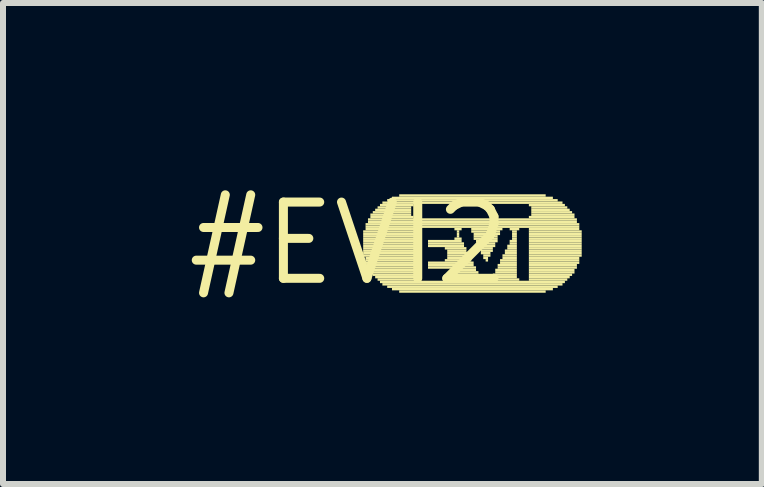
<source format=kicad_pcb>
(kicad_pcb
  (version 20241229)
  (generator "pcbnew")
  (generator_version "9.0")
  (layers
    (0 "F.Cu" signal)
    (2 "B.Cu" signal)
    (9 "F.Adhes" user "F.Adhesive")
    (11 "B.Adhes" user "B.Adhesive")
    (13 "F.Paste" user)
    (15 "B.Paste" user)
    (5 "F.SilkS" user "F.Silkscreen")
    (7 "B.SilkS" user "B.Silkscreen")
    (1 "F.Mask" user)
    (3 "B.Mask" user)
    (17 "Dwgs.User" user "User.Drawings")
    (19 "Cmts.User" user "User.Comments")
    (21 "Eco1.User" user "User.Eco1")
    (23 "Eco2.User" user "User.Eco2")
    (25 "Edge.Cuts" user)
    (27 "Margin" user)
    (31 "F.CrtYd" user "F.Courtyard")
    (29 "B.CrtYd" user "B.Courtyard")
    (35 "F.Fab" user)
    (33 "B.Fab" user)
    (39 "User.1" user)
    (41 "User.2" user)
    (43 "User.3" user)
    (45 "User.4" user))
  (footprint "#EVI2"
    (layer "F.Cu")
    (at 2.759 1.006)
    (property "Reference" "#EVI2" (at 0 0 0) (layer "F.SilkS") (effects (font (size 1.27 1.27) (thickness 0.15))))
    (fp_poly (pts (xy 0.24 -0.18) (xy 1.12 -0.18) (xy 1.12 -0.22) (xy 0.24 -0.22)) (stroke (width 0) (type default)) (fill yes) (layer "F.SilkS"))
    (fp_poly (pts (xy 0.24 -0.14) (xy 1.12 -0.14) (xy 1.12 -0.18) (xy 0.24 -0.18)) (stroke (width 0) (type default)) (fill yes) (layer "F.SilkS"))
    (fp_poly (pts (xy 0.24 -0.1) (xy 1.12 -0.1) (xy 1.12 -0.14) (xy 0.24 -0.14)) (stroke (width 0) (type default)) (fill yes) (layer "F.SilkS"))
    (fp_poly (pts (xy 0.24 -0.06) (xy 1.12 -0.06) (xy 1.12 -0.1) (xy 0.24 -0.1)) (stroke (width 0) (type default)) (fill yes) (layer "F.SilkS"))
    (fp_poly (pts (xy 0.24 -0.02) (xy 1.12 -0.02) (xy 1.12 -0.06) (xy 0.24 -0.06)) (stroke (width 0) (type default)) (fill yes) (layer "F.SilkS"))
    (fp_poly (pts (xy 0.24 0.02) (xy 1.12 0.02) (xy 1.12 -0.02) (xy 0.24 -0.02)) (stroke (width 0) (type default)) (fill yes) (layer "F.SilkS"))
    (fp_poly (pts (xy 0.24 0.06) (xy 1.12 0.06) (xy 1.12 0.02) (xy 0.24 0.02)) (stroke (width 0) (type default)) (fill yes) (layer "F.SilkS"))
    (fp_poly (pts (xy 0.24 0.1) (xy 1.12 0.1) (xy 1.12 0.06) (xy 0.24 0.06)) (stroke (width 0) (type default)) (fill yes) (layer "F.SilkS"))
    (fp_poly (pts (xy 0.24 0.14) (xy 1.12 0.14) (xy 1.12 0.1) (xy 0.24 0.1)) (stroke (width 0) (type default)) (fill yes) (layer "F.SilkS"))
    (fp_poly (pts (xy 0.24 0.18) (xy 1.12 0.18) (xy 1.12 0.14) (xy 0.24 0.14)) (stroke (width 0) (type default)) (fill yes) (layer "F.SilkS"))
    (fp_poly (pts (xy 0.24 0.22) (xy 1.12 0.22) (xy 1.12 0.18) (xy 0.24 0.18)) (stroke (width 0) (type default)) (fill yes) (layer "F.SilkS"))
    (fp_poly (pts (xy 0.28 -0.3) (xy 3.84 -0.3) (xy 3.84 -0.34) (xy 0.28 -0.34)) (stroke (width 0) (type default)) (fill yes) (layer "F.SilkS"))
    (fp_poly (pts (xy 0.28 -0.26) (xy 3.84 -0.26) (xy 3.84 -0.3) (xy 0.28 -0.3)) (stroke (width 0) (type default)) (fill yes) (layer "F.SilkS"))
    (fp_poly (pts (xy 0.28 -0.22) (xy 1.12 -0.22) (xy 1.12 -0.26) (xy 0.28 -0.26)) (stroke (width 0) (type default)) (fill yes) (layer "F.SilkS"))
    (fp_poly (pts (xy 0.28 0.26) (xy 1.12 0.26) (xy 1.12 0.22) (xy 0.28 0.22)) (stroke (width 0) (type default)) (fill yes) (layer "F.SilkS"))
    (fp_poly (pts (xy 0.28 0.3) (xy 1.12 0.3) (xy 1.12 0.26) (xy 0.28 0.26)) (stroke (width 0) (type default)) (fill yes) (layer "F.SilkS"))
    (fp_poly (pts (xy 0.28 0.34) (xy 1.12 0.34) (xy 1.12 0.3) (xy 0.28 0.3)) (stroke (width 0) (type default)) (fill yes) (layer "F.SilkS"))
    (fp_poly (pts (xy 0.32 -0.38) (xy 3.8 -0.38) (xy 3.8 -0.42) (xy 0.32 -0.42)) (stroke (width 0) (type default)) (fill yes) (layer "F.SilkS"))
    (fp_poly (pts (xy 0.32 -0.34) (xy 3.8 -0.34) (xy 3.8 -0.38) (xy 0.32 -0.38)) (stroke (width 0) (type default)) (fill yes) (layer "F.SilkS"))
    (fp_poly (pts (xy 0.32 0.38) (xy 1.12 0.38) (xy 1.12 0.34) (xy 0.32 0.34)) (stroke (width 0) (type default)) (fill yes) (layer "F.SilkS"))
    (fp_poly (pts (xy 0.32 0.42) (xy 1.12 0.42) (xy 1.12 0.38) (xy 0.32 0.38)) (stroke (width 0) (type default)) (fill yes) (layer "F.SilkS"))
    (fp_poly (pts (xy 0.36 -0.46) (xy 1.04 -0.46) (xy 1.04 -0.5) (xy 0.36 -0.5)) (stroke (width 0) (type default)) (fill yes) (layer "F.SilkS"))
    (fp_poly (pts (xy 0.36 -0.42) (xy 1.08 -0.42) (xy 1.08 -0.46) (xy 0.36 -0.46)) (stroke (width 0) (type default)) (fill yes) (layer "F.SilkS"))
    (fp_poly (pts (xy 0.36 0.46) (xy 1.12 0.46) (xy 1.12 0.42) (xy 0.36 0.42)) (stroke (width 0) (type default)) (fill yes) (layer "F.SilkS"))
    (fp_poly (pts (xy 0.36 0.5) (xy 1.12 0.5) (xy 1.12 0.46) (xy 0.36 0.46)) (stroke (width 0) (type default)) (fill yes) (layer "F.SilkS"))
    (fp_poly (pts (xy 0.4 -0.5) (xy 1.04 -0.5) (xy 1.04 -0.54) (xy 0.4 -0.54)) (stroke (width 0) (type default)) (fill yes) (layer "F.SilkS"))
    (fp_poly (pts (xy 0.4 0.54) (xy 1.12 0.54) (xy 1.12 0.5) (xy 0.4 0.5)) (stroke (width 0) (type default)) (fill yes) (layer "F.SilkS"))
    (fp_poly (pts (xy 0.44 -0.54) (xy 1.04 -0.54) (xy 1.04 -0.58) (xy 0.44 -0.58)) (stroke (width 0) (type default)) (fill yes) (layer "F.SilkS"))
    (fp_poly (pts (xy 0.44 0.58) (xy 1.12 0.58) (xy 1.12 0.54) (xy 0.44 0.54)) (stroke (width 0) (type default)) (fill yes) (layer "F.SilkS"))
    (fp_poly (pts (xy 0.48 -0.58) (xy 1.04 -0.58) (xy 1.04 -0.62) (xy 0.48 -0.62)) (stroke (width 0) (type default)) (fill yes) (layer "F.SilkS"))
    (fp_poly (pts (xy 0.48 0.62) (xy 1.12 0.62) (xy 1.12 0.58) (xy 0.48 0.58)) (stroke (width 0) (type default)) (fill yes) (layer "F.SilkS"))
    (fp_poly (pts (xy 0.52 -0.62) (xy 1.08 -0.62) (xy 1.08 -0.66) (xy 0.52 -0.66)) (stroke (width 0) (type default)) (fill yes) (layer "F.SilkS"))
    (fp_poly (pts (xy 0.52 0.66) (xy 3.6 0.66) (xy 3.6 0.62) (xy 0.52 0.62)) (stroke (width 0) (type default)) (fill yes) (layer "F.SilkS"))
    (fp_poly (pts (xy 0.56 -0.66) (xy 3.56 -0.66) (xy 3.56 -0.7) (xy 0.56 -0.7)) (stroke (width 0) (type default)) (fill yes) (layer "F.SilkS"))
    (fp_poly (pts (xy 0.56 0.7) (xy 3.56 0.7) (xy 3.56 0.66) (xy 0.56 0.66)) (stroke (width 0) (type default)) (fill yes) (layer "F.SilkS"))
    (fp_poly (pts (xy 0.64 -0.7) (xy 3.48 -0.7) (xy 3.48 -0.74) (xy 0.64 -0.74)) (stroke (width 0) (type default)) (fill yes) (layer "F.SilkS"))
    (fp_poly (pts (xy 0.64 0.74) (xy 3.48 0.74) (xy 3.48 0.7) (xy 0.64 0.7)) (stroke (width 0) (type default)) (fill yes) (layer "F.SilkS"))
    (fp_poly (pts (xy 0.72 -0.74) (xy 3.4 -0.74) (xy 3.4 -0.78) (xy 0.72 -0.78)) (stroke (width 0) (type default)) (fill yes) (layer "F.SilkS"))
    (fp_poly (pts (xy 0.72 0.78) (xy 3.4 0.78) (xy 3.4 0.74) (xy 0.72 0.74)) (stroke (width 0) (type default)) (fill yes) (layer "F.SilkS"))
    (fp_poly (pts (xy 0.84 -0.78) (xy 3.28 -0.78) (xy 3.28 -0.82) (xy 0.84 -0.82)) (stroke (width 0) (type default)) (fill yes) (layer "F.SilkS"))
    (fp_poly (pts (xy 0.84 0.82) (xy 3.28 0.82) (xy 3.28 0.78) (xy 0.84 0.78)) (stroke (width 0) (type default)) (fill yes) (layer "F.SilkS"))
    (fp_poly (pts (xy 1.32 -0.02) (xy 1.88 -0.02) (xy 1.88 -0.06) (xy 1.32 -0.06)) (stroke (width 0) (type default)) (fill yes) (layer "F.SilkS"))
    (fp_poly (pts (xy 1.32 0.02) (xy 1.92 0.02) (xy 1.92 -0.02) (xy 1.32 -0.02)) (stroke (width 0) (type default)) (fill yes) (layer "F.SilkS"))
    (fp_poly (pts (xy 1.32 0.06) (xy 1.92 0.06) (xy 1.92 0.02) (xy 1.32 0.02)) (stroke (width 0) (type default)) (fill yes) (layer "F.SilkS"))
    (fp_poly (pts (xy 1.32 0.34) (xy 2.08 0.34) (xy 2.08 0.3) (xy 1.32 0.3)) (stroke (width 0) (type default)) (fill yes) (layer "F.SilkS"))
    (fp_poly (pts (xy 1.32 0.38) (xy 2.08 0.38) (xy 2.08 0.34) (xy 1.32 0.34)) (stroke (width 0) (type default)) (fill yes) (layer "F.SilkS"))
    (fp_poly (pts (xy 1.32 0.42) (xy 2.12 0.42) (xy 2.12 0.38) (xy 1.32 0.38)) (stroke (width 0) (type default)) (fill yes) (layer "F.SilkS"))
    (fp_poly (pts (xy 1.6 0.1) (xy 1.96 0.1) (xy 1.96 0.06) (xy 1.6 0.06)) (stroke (width 0) (type default)) (fill yes) (layer "F.SilkS"))
    (fp_poly (pts (xy 1.6 0.3) (xy 2.04 0.3) (xy 2.04 0.26) (xy 1.6 0.26)) (stroke (width 0) (type default)) (fill yes) (layer "F.SilkS"))
    (fp_poly (pts (xy 1.64 0.14) (xy 1.96 0.14) (xy 1.96 0.1) (xy 1.64 0.1)) (stroke (width 0) (type default)) (fill yes) (layer "F.SilkS"))
    (fp_poly (pts (xy 1.64 0.18) (xy 2 0.18) (xy 2 0.14) (xy 1.64 0.14)) (stroke (width 0) (type default)) (fill yes) (layer "F.SilkS"))
    (fp_poly (pts (xy 1.64 0.22) (xy 2 0.22) (xy 2 0.18) (xy 1.64 0.18)) (stroke (width 0) (type default)) (fill yes) (layer "F.SilkS"))
    (fp_poly (pts (xy 1.64 0.26) (xy 2.04 0.26) (xy 2.04 0.22) (xy 1.64 0.22)) (stroke (width 0) (type default)) (fill yes) (layer "F.SilkS"))
    (fp_poly (pts (xy 1.76 -0.22) (xy 1.88 -0.22) (xy 1.88 -0.26) (xy 1.76 -0.26)) (stroke (width 0) (type default)) (fill yes) (layer "F.SilkS"))
    (fp_poly (pts (xy 1.76 -0.06) (xy 1.88 -0.06) (xy 1.88 -0.1) (xy 1.76 -0.1)) (stroke (width 0) (type default)) (fill yes) (layer "F.SilkS"))
    (fp_poly (pts (xy 1.76 0.46) (xy 2.12 0.46) (xy 2.12 0.42) (xy 1.76 0.42)) (stroke (width 0) (type default)) (fill yes) (layer "F.SilkS"))
    (fp_poly (pts (xy 1.76 0.62) (xy 2.24 0.62) (xy 2.24 0.58) (xy 1.76 0.58)) (stroke (width 0) (type default)) (fill yes) (layer "F.SilkS"))
    (fp_poly (pts (xy 1.8 -0.18) (xy 1.84 -0.18) (xy 1.84 -0.22) (xy 1.8 -0.22)) (stroke (width 0) (type default)) (fill yes) (layer "F.SilkS"))
    (fp_poly (pts (xy 1.8 -0.14) (xy 1.84 -0.14) (xy 1.84 -0.18) (xy 1.8 -0.18)) (stroke (width 0) (type default)) (fill yes) (layer "F.SilkS"))
    (fp_poly (pts (xy 1.8 -0.1) (xy 1.84 -0.1) (xy 1.84 -0.14) (xy 1.8 -0.14)) (stroke (width 0) (type default)) (fill yes) (layer "F.SilkS"))
    (fp_poly (pts (xy 1.8 0.5) (xy 2.16 0.5) (xy 2.16 0.46) (xy 1.8 0.46)) (stroke (width 0) (type default)) (fill yes) (layer "F.SilkS"))
    (fp_poly (pts (xy 1.8 0.54) (xy 2.16 0.54) (xy 2.16 0.5) (xy 1.8 0.5)) (stroke (width 0) (type default)) (fill yes) (layer "F.SilkS"))
    (fp_poly (pts (xy 1.8 0.58) (xy 2.2 0.58) (xy 2.2 0.54) (xy 1.8 0.54)) (stroke (width 0) (type default)) (fill yes) (layer "F.SilkS"))
    (fp_poly (pts (xy 2.04 -0.22) (xy 2.56 -0.22) (xy 2.56 -0.26) (xy 2.04 -0.26)) (stroke (width 0) (type default)) (fill yes) (layer "F.SilkS"))
    (fp_poly (pts (xy 2.04 -0.18) (xy 2.52 -0.18) (xy 2.52 -0.22) (xy 2.04 -0.22)) (stroke (width 0) (type default)) (fill yes) (layer "F.SilkS"))
    (fp_poly (pts (xy 2.08 -0.14) (xy 2.52 -0.14) (xy 2.52 -0.18) (xy 2.08 -0.18)) (stroke (width 0) (type default)) (fill yes) (layer "F.SilkS"))
    (fp_poly (pts (xy 2.08 -0.1) (xy 2.48 -0.1) (xy 2.48 -0.14) (xy 2.08 -0.14)) (stroke (width 0) (type default)) (fill yes) (layer "F.SilkS"))
    (fp_poly (pts (xy 2.08 -0.06) (xy 2.48 -0.06) (xy 2.48 -0.1) (xy 2.08 -0.1)) (stroke (width 0) (type default)) (fill yes) (layer "F.SilkS"))
    (fp_poly (pts (xy 2.12 -0.02) (xy 2.48 -0.02) (xy 2.48 -0.06) (xy 2.12 -0.06)) (stroke (width 0) (type default)) (fill yes) (layer "F.SilkS"))
    (fp_poly (pts (xy 2.12 0.02) (xy 2.44 0.02) (xy 2.44 -0.02) (xy 2.12 -0.02)) (stroke (width 0) (type default)) (fill yes) (layer "F.SilkS"))
    (fp_poly (pts (xy 2.16 0.06) (xy 2.44 0.06) (xy 2.44 0.02) (xy 2.16 0.02)) (stroke (width 0) (type default)) (fill yes) (layer "F.SilkS"))
    (fp_poly (pts (xy 2.16 0.1) (xy 2.4 0.1) (xy 2.4 0.06) (xy 2.16 0.06)) (stroke (width 0) (type default)) (fill yes) (layer "F.SilkS"))
    (fp_poly (pts (xy 2.2 0.14) (xy 2.4 0.14) (xy 2.4 0.1) (xy 2.2 0.1)) (stroke (width 0) (type default)) (fill yes) (layer "F.SilkS"))
    (fp_poly (pts (xy 2.2 0.18) (xy 2.36 0.18) (xy 2.36 0.14) (xy 2.2 0.14)) (stroke (width 0) (type default)) (fill yes) (layer "F.SilkS"))
    (fp_poly (pts (xy 2.24 0.22) (xy 2.36 0.22) (xy 2.36 0.18) (xy 2.24 0.18)) (stroke (width 0) (type default)) (fill yes) (layer "F.SilkS"))
    (fp_poly (pts (xy 2.24 0.26) (xy 2.32 0.26) (xy 2.32 0.22) (xy 2.24 0.22)) (stroke (width 0) (type default)) (fill yes) (layer "F.SilkS"))
    (fp_poly (pts (xy 2.28 0.3) (xy 2.32 0.3) (xy 2.32 0.26) (xy 2.28 0.26)) (stroke (width 0) (type default)) (fill yes) (layer "F.SilkS"))
    (fp_poly (pts (xy 2.36 0.62) (xy 2.84 0.62) (xy 2.84 0.58) (xy 2.36 0.58)) (stroke (width 0) (type default)) (fill yes) (layer "F.SilkS"))
    (fp_poly (pts (xy 2.4 0.54) (xy 2.8 0.54) (xy 2.8 0.5) (xy 2.4 0.5)) (stroke (width 0) (type default)) (fill yes) (layer "F.SilkS"))
    (fp_poly (pts (xy 2.4 0.58) (xy 2.8 0.58) (xy 2.8 0.54) (xy 2.4 0.54)) (stroke (width 0) (type default)) (fill yes) (layer "F.SilkS"))
    (fp_poly (pts (xy 2.44 0.46) (xy 2.8 0.46) (xy 2.8 0.42) (xy 2.44 0.42)) (stroke (width 0) (type default)) (fill yes) (layer "F.SilkS"))
    (fp_poly (pts (xy 2.44 0.5) (xy 2.8 0.5) (xy 2.8 0.46) (xy 2.44 0.46)) (stroke (width 0) (type default)) (fill yes) (layer "F.SilkS"))
    (fp_poly (pts (xy 2.48 0.38) (xy 2.8 0.38) (xy 2.8 0.34) (xy 2.48 0.34)) (stroke (width 0) (type default)) (fill yes) (layer "F.SilkS"))
    (fp_poly (pts (xy 2.48 0.42) (xy 2.8 0.42) (xy 2.8 0.38) (xy 2.48 0.38)) (stroke (width 0) (type default)) (fill yes) (layer "F.SilkS"))
    (fp_poly (pts (xy 2.52 0.3) (xy 2.8 0.3) (xy 2.8 0.26) (xy 2.52 0.26)) (stroke (width 0) (type default)) (fill yes) (layer "F.SilkS"))
    (fp_poly (pts (xy 2.52 0.34) (xy 2.8 0.34) (xy 2.8 0.3) (xy 2.52 0.3)) (stroke (width 0) (type default)) (fill yes) (layer "F.SilkS"))
    (fp_poly (pts (xy 2.56 0.22) (xy 2.8 0.22) (xy 2.8 0.18) (xy 2.56 0.18)) (stroke (width 0) (type default)) (fill yes) (layer "F.SilkS"))
    (fp_poly (pts (xy 2.56 0.26) (xy 2.8 0.26) (xy 2.8 0.22) (xy 2.56 0.22)) (stroke (width 0) (type default)) (fill yes) (layer "F.SilkS"))
    (fp_poly (pts (xy 2.6 0.14) (xy 2.8 0.14) (xy 2.8 0.1) (xy 2.6 0.1)) (stroke (width 0) (type default)) (fill yes) (layer "F.SilkS"))
    (fp_poly (pts (xy 2.6 0.18) (xy 2.8 0.18) (xy 2.8 0.14) (xy 2.6 0.14)) (stroke (width 0) (type default)) (fill yes) (layer "F.SilkS"))
    (fp_poly (pts (xy 2.64 0.06) (xy 2.8 0.06) (xy 2.8 0.02) (xy 2.64 0.02)) (stroke (width 0) (type default)) (fill yes) (layer "F.SilkS"))
    (fp_poly (pts (xy 2.64 0.1) (xy 2.8 0.1) (xy 2.8 0.06) (xy 2.64 0.06)) (stroke (width 0) (type default)) (fill yes) (layer "F.SilkS"))
    (fp_poly (pts (xy 2.68 -0.22) (xy 2.84 -0.22) (xy 2.84 -0.26) (xy 2.68 -0.26)) (stroke (width 0) (type default)) (fill yes) (layer "F.SilkS"))
    (fp_poly (pts (xy 2.68 -0.02) (xy 2.8 -0.02) (xy 2.8 -0.06) (xy 2.68 -0.06)) (stroke (width 0) (type default)) (fill yes) (layer "F.SilkS"))
    (fp_poly (pts (xy 2.68 0.02) (xy 2.8 0.02) (xy 2.8 -0.02) (xy 2.68 -0.02)) (stroke (width 0) (type default)) (fill yes) (layer "F.SilkS"))
    (fp_poly (pts (xy 2.72 -0.18) (xy 2.8 -0.18) (xy 2.8 -0.22) (xy 2.72 -0.22)) (stroke (width 0) (type default)) (fill yes) (layer "F.SilkS"))
    (fp_poly (pts (xy 2.72 -0.14) (xy 2.8 -0.14) (xy 2.8 -0.18) (xy 2.72 -0.18)) (stroke (width 0) (type default)) (fill yes) (layer "F.SilkS"))
    (fp_poly (pts (xy 2.72 -0.1) (xy 2.8 -0.1) (xy 2.8 -0.14) (xy 2.72 -0.14)) (stroke (width 0) (type default)) (fill yes) (layer "F.SilkS"))
    (fp_poly (pts (xy 2.72 -0.06) (xy 2.8 -0.06) (xy 2.8 -0.1) (xy 2.72 -0.1)) (stroke (width 0) (type default)) (fill yes) (layer "F.SilkS"))
    (fp_poly (pts (xy 3 -0.62) (xy 3.6 -0.62) (xy 3.6 -0.66) (xy 3 -0.66)) (stroke (width 0) (type default)) (fill yes) (layer "F.SilkS"))
    (fp_poly (pts (xy 3 -0.42) (xy 3.76 -0.42) (xy 3.76 -0.46) (xy 3 -0.46)) (stroke (width 0) (type default)) (fill yes) (layer "F.SilkS"))
    (fp_poly (pts (xy 3 -0.22) (xy 3.84 -0.22) (xy 3.84 -0.26) (xy 3 -0.26)) (stroke (width 0) (type default)) (fill yes) (layer "F.SilkS"))
    (fp_poly (pts (xy 3 -0.18) (xy 3.88 -0.18) (xy 3.88 -0.22) (xy 3 -0.22)) (stroke (width 0) (type default)) (fill yes) (layer "F.SilkS"))
    (fp_poly (pts (xy 3 -0.14) (xy 3.88 -0.14) (xy 3.88 -0.18) (xy 3 -0.18)) (stroke (width 0) (type default)) (fill yes) (layer "F.SilkS"))
    (fp_poly (pts (xy 3 -0.1) (xy 3.88 -0.1) (xy 3.88 -0.14) (xy 3 -0.14)) (stroke (width 0) (type default)) (fill yes) (layer "F.SilkS"))
    (fp_poly (pts (xy 3 -0.06) (xy 3.88 -0.06) (xy 3.88 -0.1) (xy 3 -0.1)) (stroke (width 0) (type default)) (fill yes) (layer "F.SilkS"))
    (fp_poly (pts (xy 3 -0.02) (xy 3.88 -0.02) (xy 3.88 -0.06) (xy 3 -0.06)) (stroke (width 0) (type default)) (fill yes) (layer "F.SilkS"))
    (fp_poly (pts (xy 3 0.02) (xy 3.88 0.02) (xy 3.88 -0.02) (xy 3 -0.02)) (stroke (width 0) (type default)) (fill yes) (layer "F.SilkS"))
    (fp_poly (pts (xy 3 0.06) (xy 3.88 0.06) (xy 3.88 0.02) (xy 3 0.02)) (stroke (width 0) (type default)) (fill yes) (layer "F.SilkS"))
    (fp_poly (pts (xy 3 0.1) (xy 3.88 0.1) (xy 3.88 0.06) (xy 3 0.06)) (stroke (width 0) (type default)) (fill yes) (layer "F.SilkS"))
    (fp_poly (pts (xy 3 0.14) (xy 3.88 0.14) (xy 3.88 0.1) (xy 3 0.1)) (stroke (width 0) (type default)) (fill yes) (layer "F.SilkS"))
    (fp_poly (pts (xy 3 0.18) (xy 3.88 0.18) (xy 3.88 0.14) (xy 3 0.14)) (stroke (width 0) (type default)) (fill yes) (layer "F.SilkS"))
    (fp_poly (pts (xy 3 0.22) (xy 3.88 0.22) (xy 3.88 0.18) (xy 3 0.18)) (stroke (width 0) (type default)) (fill yes) (layer "F.SilkS"))
    (fp_poly (pts (xy 3 0.26) (xy 3.84 0.26) (xy 3.84 0.22) (xy 3 0.22)) (stroke (width 0) (type default)) (fill yes) (layer "F.SilkS"))
    (fp_poly (pts (xy 3 0.3) (xy 3.84 0.3) (xy 3.84 0.26) (xy 3 0.26)) (stroke (width 0) (type default)) (fill yes) (layer "F.SilkS"))
    (fp_poly (pts (xy 3 0.34) (xy 3.84 0.34) (xy 3.84 0.3) (xy 3 0.3)) (stroke (width 0) (type default)) (fill yes) (layer "F.SilkS"))
    (fp_poly (pts (xy 3 0.38) (xy 3.8 0.38) (xy 3.8 0.34) (xy 3 0.34)) (stroke (width 0) (type default)) (fill yes) (layer "F.SilkS"))
    (fp_poly (pts (xy 3 0.42) (xy 3.8 0.42) (xy 3.8 0.38) (xy 3 0.38)) (stroke (width 0) (type default)) (fill yes) (layer "F.SilkS"))
    (fp_poly (pts (xy 3 0.46) (xy 3.76 0.46) (xy 3.76 0.42) (xy 3 0.42)) (stroke (width 0) (type default)) (fill yes) (layer "F.SilkS"))
    (fp_poly (pts (xy 3 0.5) (xy 3.76 0.5) (xy 3.76 0.46) (xy 3 0.46)) (stroke (width 0) (type default)) (fill yes) (layer "F.SilkS"))
    (fp_poly (pts (xy 3 0.54) (xy 3.72 0.54) (xy 3.72 0.5) (xy 3 0.5)) (stroke (width 0) (type default)) (fill yes) (layer "F.SilkS"))
    (fp_poly (pts (xy 3 0.58) (xy 3.68 0.58) (xy 3.68 0.54) (xy 3 0.54)) (stroke (width 0) (type default)) (fill yes) (layer "F.SilkS"))
    (fp_poly (pts (xy 3 0.62) (xy 3.64 0.62) (xy 3.64 0.58) (xy 3 0.58)) (stroke (width 0) (type default)) (fill yes) (layer "F.SilkS"))
    (fp_poly (pts (xy 3.04 -0.58) (xy 3.64 -0.58) (xy 3.64 -0.62) (xy 3.04 -0.62)) (stroke (width 0) (type default)) (fill yes) (layer "F.SilkS"))
    (fp_poly (pts (xy 3.04 -0.54) (xy 3.68 -0.54) (xy 3.68 -0.58) (xy 3.04 -0.58)) (stroke (width 0) (type default)) (fill yes) (layer "F.SilkS"))
    (fp_poly (pts (xy 3.04 -0.5) (xy 3.72 -0.5) (xy 3.72 -0.54) (xy 3.04 -0.54)) (stroke (width 0) (type default)) (fill yes) (layer "F.SilkS"))
    (fp_poly (pts (xy 3.04 -0.46) (xy 3.76 -0.46) (xy 3.76 -0.5) (xy 3.04 -0.5)) (stroke (width 0) (type default)) (fill yes) (layer "F.SilkS")))
  (gr_rect
    (start -3 -3)
    (end 9.639 5.012)
    (stroke (width 0.1) (type default))
    (fill no)
    (layer "Edge.Cuts")))
</source>
